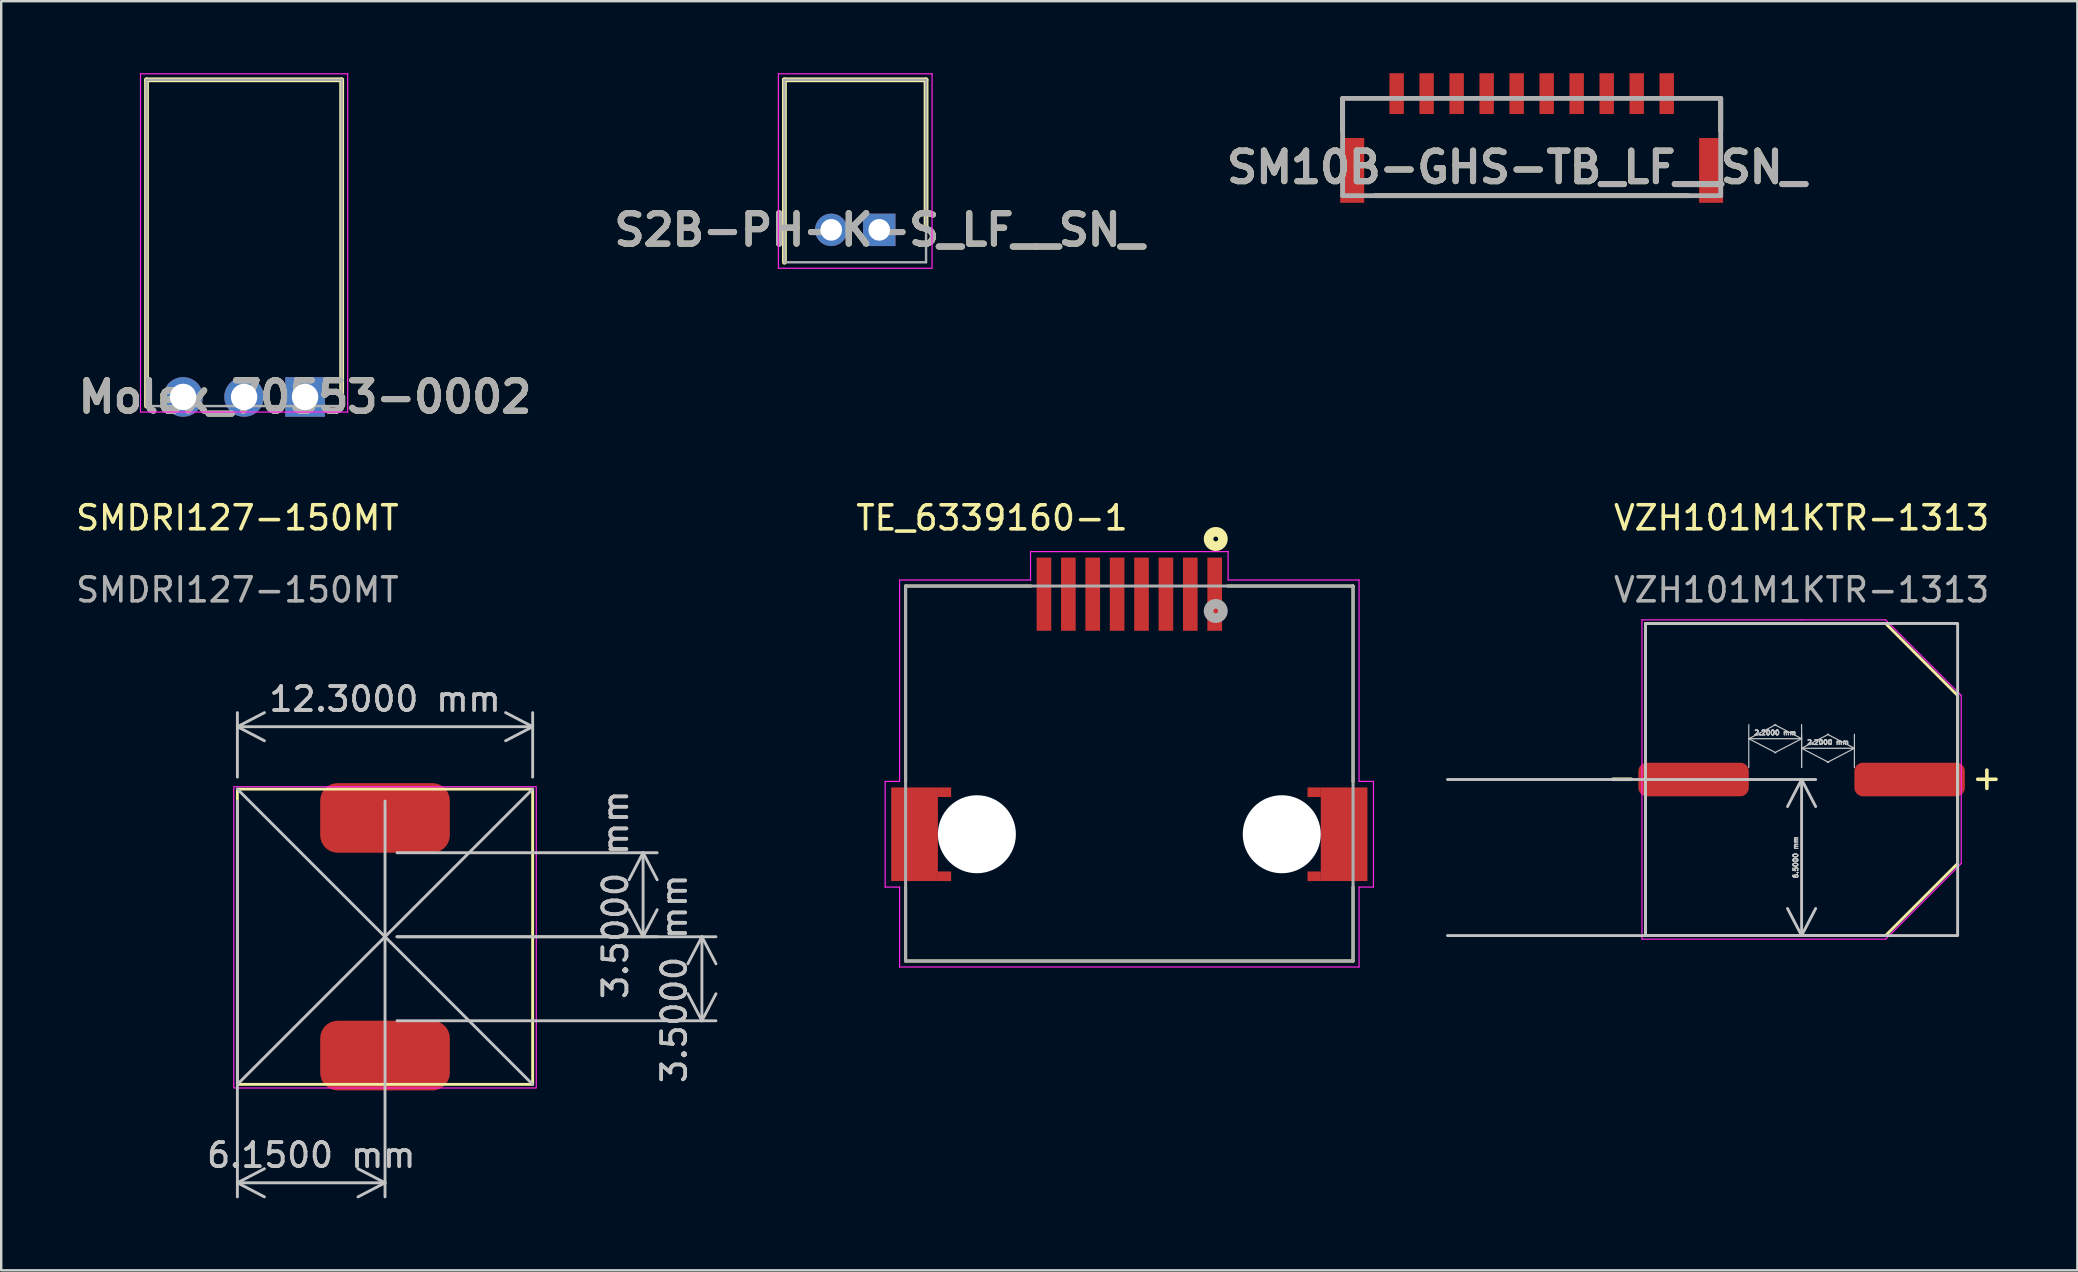
<source format=kicad_pcb>
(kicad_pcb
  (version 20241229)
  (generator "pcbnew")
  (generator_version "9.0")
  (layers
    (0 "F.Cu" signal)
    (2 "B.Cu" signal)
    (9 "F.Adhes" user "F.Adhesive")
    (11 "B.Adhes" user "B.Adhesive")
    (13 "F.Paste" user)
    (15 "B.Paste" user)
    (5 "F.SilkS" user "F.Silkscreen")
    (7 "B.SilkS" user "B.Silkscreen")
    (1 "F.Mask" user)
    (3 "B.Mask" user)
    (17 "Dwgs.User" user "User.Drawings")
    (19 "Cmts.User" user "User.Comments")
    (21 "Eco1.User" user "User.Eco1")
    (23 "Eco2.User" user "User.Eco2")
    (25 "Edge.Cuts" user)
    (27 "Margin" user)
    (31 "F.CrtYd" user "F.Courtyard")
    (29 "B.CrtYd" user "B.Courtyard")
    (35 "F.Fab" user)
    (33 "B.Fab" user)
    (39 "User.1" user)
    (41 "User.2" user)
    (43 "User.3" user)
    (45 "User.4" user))
  (footprint "TE_6339160-1"
    (layer "F.Cu")
    (at 43.994 21.702)
    (property "Reference" "TE_6339160-1" (at -5.722 -3.179 0) (layer "F.SilkS") (effects (font (size 1.001 1.001) (thickness 0.15))))
    (attr smd)
    (fp_line (start -9.32 -0.34) (end -4.1 -0.34) (stroke (width 0.127) (type solid)) (layer "F.SilkS"))
    (fp_line (start -9.32 7.8) (end -9.32 -0.34) (stroke (width 0.127) (type solid)) (layer "F.SilkS"))
    (fp_line (start -9.32 15.28) (end -9.32 12.2) (stroke (width 0.127) (type solid)) (layer "F.SilkS"))
    (fp_line (start 4.1 -0.34) (end 9.32 -0.34) (stroke (width 0.127) (type solid)) (layer "F.SilkS"))
    (fp_line (start 9.32 -0.34) (end 9.32 7.8) (stroke (width 0.127) (type solid)) (layer "F.SilkS"))
    (fp_line (start 9.32 12.2) (end 9.32 15.28) (stroke (width 0.127) (type solid)) (layer "F.SilkS"))
    (fp_line (start 9.32 15.28) (end -9.32 15.28) (stroke (width 0.127) (type solid)) (layer "F.SilkS"))
    (fp_circle (center 3.6 -2.3) (end 3.7 -2.3) (stroke (width 0.4) (type solid)) (fill no) (layer "F.SilkS"))
    (fp_line (start -10.17 7.8) (end -9.57 7.8) (stroke (width 0.05) (type solid)) (layer "F.CrtYd"))
    (fp_line (start -10.17 12.2) (end -10.17 7.8) (stroke (width 0.05) (type solid)) (layer "F.CrtYd"))
    (fp_line (start -9.57 -0.59) (end -4.115 -0.59) (stroke (width 0.05) (type solid)) (layer "F.CrtYd"))
    (fp_line (start -9.57 7.8) (end -9.57 -0.59) (stroke (width 0.05) (type solid)) (layer "F.CrtYd"))
    (fp_line (start -9.57 12.2) (end -10.17 12.2) (stroke (width 0.05) (type solid)) (layer "F.CrtYd"))
    (fp_line (start -9.57 15.53) (end -9.57 12.2) (stroke (width 0.05) (type solid)) (layer "F.CrtYd"))
    (fp_line (start -4.115 -1.775) (end 4.115 -1.775) (stroke (width 0.05) (type solid)) (layer "F.CrtYd"))
    (fp_line (start -4.115 -0.59) (end -4.115 -1.775) (stroke (width 0.05) (type solid)) (layer "F.CrtYd"))
    (fp_line (start 4.115 -1.775) (end 4.115 -0.59) (stroke (width 0.05) (type solid)) (layer "F.CrtYd"))
    (fp_line (start 4.115 -0.59) (end 9.57 -0.59) (stroke (width 0.05) (type solid)) (layer "F.CrtYd"))
    (fp_line (start 9.57 -0.59) (end 9.57 7.8) (stroke (width 0.05) (type solid)) (layer "F.CrtYd"))
    (fp_line (start 9.57 7.8) (end 10.17 7.8) (stroke (width 0.05) (type solid)) (layer "F.CrtYd"))
    (fp_line (start 9.57 12.2) (end 9.57 15.53) (stroke (width 0.05) (type solid)) (layer "F.CrtYd"))
    (fp_line (start 9.57 15.53) (end -9.57 15.53) (stroke (width 0.05) (type solid)) (layer "F.CrtYd"))
    (fp_line (start 10.17 7.8) (end 10.17 12.2) (stroke (width 0.05) (type solid)) (layer "F.CrtYd"))
    (fp_line (start 10.17 12.2) (end 9.57 12.2) (stroke (width 0.05) (type solid)) (layer "F.CrtYd"))
    (fp_line (start -9.32 -0.34) (end 9.32 -0.34) (stroke (width 0.127) (type solid)) (layer "F.Fab"))
    (fp_line (start -9.32 15.28) (end -9.32 -0.34) (stroke (width 0.127) (type solid)) (layer "F.Fab"))
    (fp_line (start 9.32 -0.34) (end 9.32 15.28) (stroke (width 0.127) (type solid)) (layer "F.Fab"))
    (fp_line (start 9.32 15.28) (end -9.32 15.28) (stroke (width 0.127) (type solid)) (layer "F.Fab"))
    (fp_circle (center 3.6 0.7) (end 3.7 0.7) (stroke (width 0.4) (type solid)) (fill no) (layer "F.Fab"))
    (pad "" np_thru_hole circle (at -6.35 10) (size 3.25 3.25) (drill 3.25) (layers "*.Cu" "*.Mask"))
    (pad "" np_thru_hole circle (at 6.35 10) (size 3.25 3.25) (drill 3.25) (layers "*.Cu" "*.Mask"))
    (pad "1" smd rect (at 3.556 0 90) (size 3.05 0.61) (layers "F.Cu" "F.Mask" "F.Paste"))
    (pad "2" smd rect (at 2.54 0 90) (size 3.05 0.61) (layers "F.Cu" "F.Mask" "F.Paste"))
    (pad "3" smd rect (at 1.524 0 90) (size 3.05 0.61) (layers "F.Cu" "F.Mask" "F.Paste"))
    (pad "4" smd rect (at 0.508 0 90) (size 3.05 0.61) (layers "F.Cu" "F.Mask" "F.Paste"))
    (pad "5" smd rect (at -0.508 0 90) (size 3.05 0.61) (layers "F.Cu" "F.Mask" "F.Paste"))
    (pad "6" smd rect (at -1.524 0 90) (size 3.05 0.61) (layers "F.Cu" "F.Mask" "F.Paste"))
    (pad "7" smd rect (at -2.54 0 90) (size 3.05 0.61) (layers "F.Cu" "F.Mask" "F.Paste"))
    (pad "8" smd rect (at -3.556 0 90) (size 3.05 0.61) (layers "F.Cu" "F.Mask" "F.Paste"))
    (pad "SH1" smd rect (at -8.947 10 90) (size 3.9 1.945) (layers "F.Cu" "F.Mask" "F.Paste"))
    (pad "SH1_1" smd rect (at -7.7 8.25) (size 0.555 0.4) (layers "F.Cu" "F.Mask" "F.Paste"))
    (pad "SH1_2" smd rect (at -7.7 11.75) (size 0.555 0.4) (layers "F.Cu" "F.Mask" "F.Paste"))
    (pad "SH2" smd rect (at 8.947 10 90) (size 3.9 1.945) (layers "F.Cu" "F.Mask" "F.Paste"))
    (pad "SH2_1" smd rect (at 7.7 8.25) (size 0.555 0.4) (layers "F.Cu" "F.Mask" "F.Paste"))
    (pad "SH2_2" smd rect (at 7.7 11.75) (size 0.555 0.4) (layers "F.Cu" "F.Mask" "F.Paste")))
  (footprint "Molex_70553-0002"
    (layer "F.Cu")
    (at 9.658 13.485)
    (property "Reference" "Molex_70553-0002" (at 0 0 0) (layer "F.SilkS") (effects (font (size 1.27 1.27) (thickness 0.254))))
    (attr through_hole)
    (fp_line (start -6.605 -13.21) (end -6.605 0.38) (stroke (width 0.2) (type solid)) (layer "F.SilkS"))
    (fp_line (start 1.525 -13.21) (end -6.605 -13.21) (stroke (width 0.2) (type solid)) (layer "F.SilkS"))
    (fp_line (start 1.525 0) (end 1.525 -13.21) (stroke (width 0.2) (type solid)) (layer "F.SilkS"))
    (fp_line (start -6.855 -13.46) (end 1.775 -13.46) (stroke (width 0.05) (type solid)) (layer "F.CrtYd"))
    (fp_line (start -6.855 0.63) (end -6.855 -13.46) (stroke (width 0.05) (type solid)) (layer "F.CrtYd"))
    (fp_line (start 1.775 -13.46) (end 1.775 0.63) (stroke (width 0.05) (type solid)) (layer "F.CrtYd"))
    (fp_line (start 1.775 0.63) (end -6.855 0.63) (stroke (width 0.05) (type solid)) (layer "F.CrtYd"))
    (fp_line (start -6.605 -13.21) (end 1.525 -13.21) (stroke (width 0.1) (type solid)) (layer "F.Fab"))
    (fp_line (start -6.605 0.38) (end -6.605 -13.21) (stroke (width 0.1) (type solid)) (layer "F.Fab"))
    (fp_line (start 1.525 -13.21) (end 1.525 0.38) (stroke (width 0.1) (type solid)) (layer "F.Fab"))
    (fp_line (start 1.525 0.38) (end -6.605 0.38) (stroke (width 0.1) (type solid)) (layer "F.Fab"))
    (fp_text user "${REFERENCE}" (at 0 0 0) (layer "F.Fab") (effects (font (size 1.27 1.27) (thickness 0.254))))
    (pad "1" thru_hole rect (at 0 0) (size 1.65 1.65) (drill 1.1) (layers "*.Cu" "*.Mask"))
    (pad "2" thru_hole circle (at -2.54 0) (size 1.65 1.65) (drill 1.1) (layers "*.Cu" "*.Mask"))
    (pad "3" thru_hole circle (at -5.08 0) (size 1.65 1.65) (drill 1.1) (layers "*.Cu" "*.Mask")))
  (footprint "VZH101M1KTR-1313"
    (layer "F.Cu")
    (at 71.999 29.422)
    (property "Reference" "VZH101M1KTR-1313" (at 0 -10.9 0) (unlocked yes) (layer "F.SilkS") (effects (font (size 1 1) (thickness 0.15))))
    (attr smd)
    (fp_line (start -6.5 -6.5) (end -6.5 6.5) (stroke (width 0.12) (type default)) (layer "F.SilkS"))
    (fp_line (start -6.5 -6.5) (end 3.5 -6.5) (stroke (width 0.12) (type default)) (layer "F.SilkS"))
    (fp_line (start -6.5 6.5) (end 3.5 6.5) (stroke (width 0.12) (type default)) (layer "F.SilkS"))
    (fp_line (start 3.5 -6.5) (end 6.5 -3.5) (stroke (width 0.12) (type default)) (layer "F.SilkS"))
    (fp_line (start 3.5 6.5) (end 6.5 3.5) (stroke (width 0.12) (type default)) (layer "F.SilkS"))
    (fp_line (start 6.5 3.5) (end 6.5 -3.5) (stroke (width 0.12) (type default)) (layer "F.SilkS"))
    (fp_rect (start 6.5 6.5) (end -6.5 -6.5) (stroke (width 0.12) (type default)) (fill no) (layer "Dwgs.User"))
    (fp_line (start -6.65 -6.65) (end -6.65 6.65) (stroke (width 0.05) (type default)) (layer "F.CrtYd"))
    (fp_line (start -6.65 6.65) (end 3.5 6.65) (stroke (width 0.05) (type default)) (layer "F.CrtYd"))
    (fp_line (start 0 -6.65) (end -6.65 -6.65) (stroke (width 0.05) (type default)) (layer "F.CrtYd"))
    (fp_line (start 3.5 -6.65) (end 0 -6.65) (stroke (width 0.05) (type default)) (layer "F.CrtYd"))
    (fp_line (start 3.5 6.65) (end 6.65 3.5) (stroke (width 0.05) (type default)) (layer "F.CrtYd"))
    (fp_line (start 6.65 -3.5) (end 3.5 -6.65) (stroke (width 0.05) (type default)) (layer "F.CrtYd"))
    (fp_line (start 6.65 3.5) (end 6.65 -3.5) (stroke (width 0.05) (type default)) (layer "F.CrtYd"))
    (fp_text user "+" (at 7 0.5 0) (unlocked yes) (layer "F.SilkS") (effects (font (size 1 1) (thickness 0.15)) (justify left bottom)))
    (fp_text user "-" (at -8.2 0.5 0) (unlocked yes) (layer "F.SilkS") (effects (font (size 1 1) (thickness 0.15)) (justify left bottom)))
    (fp_text user "${REFERENCE}" (at 0 -7.9 0) (unlocked yes) (layer "F.Fab") (effects (font (size 1 1) (thickness 0.15))))
    (dimension (type aligned) (layer "Dwgs.User") (pts (xy 71.999 29.422) (xy 69.799 29.422)) (height 1.7) (format (prefix "") (suffix "") (units 3) (units_format 1) (precision 4)) (style (thickness 0.05) (arrow_length 1.27) (text_position_mode 0) (arrow_direction outward) (extension_height 0.586) (extension_offset 0.5) (keep_text_aligned yes)) (gr_text "2.2000 mm" (at 70.899 27.472 0) (layer "Dwgs.User") (effects (font (size 0.2 0.2) (thickness 0.05) (bold yes)))))
    (dimension (type aligned) (layer "Dwgs.User") (pts (xy 56.749 29.422) (xy 56.749 35.922)) (height -15.25) (format (prefix "") (suffix "") (units 3) (units_format 1) (precision 4)) (style (thickness 0.12) (arrow_length 1.27) (text_position_mode 0) (arrow_direction outward) (extension_height 0.586) (extension_offset 0.5) (keep_text_aligned yes)) (gr_text "6.5000 mm" (at 71.749 32.672 90) (layer "Dwgs.User") (effects (font (size 0.2 0.2) (thickness 0.15)))))
    (dimension (type aligned) (layer "Dwgs.User") (pts (xy 71.999 29.422) (xy 74.199 29.422)) (height -1.3) (format (prefix "") (suffix "") (units 3) (units_format 1) (precision 4)) (style (thickness 0.05) (arrow_length 1.27) (text_position_mode 0) (arrow_direction outward) (extension_height 0.586) (extension_offset 0.5) (keep_text_aligned yes)) (gr_text "2.2000 mm" (at 73.099 27.872 0) (layer "Dwgs.User") (effects (font (size 0.2 0.2) (thickness 0.05) (bold yes)))))
    (pad "1" smd roundrect (at 4.5 0) (size 4.6 1.4) (layers "F.Cu" "F.Mask" "F.Paste") (roundrect_rratio 0.25))
    (pad "2" smd roundrect (at -4.5 0) (size 4.6 1.4) (layers "F.Cu" "F.Mask" "F.Paste") (roundrect_rratio 0.25)))
  (footprint "S2B-PH-K-S_LF__SN_"
    (layer "F.Cu")
    (at 33.577 6.525)
    (property "Reference" "S2B-PH-K-S_LF__SN_" (at 0 0 0) (layer "F.SilkS") (effects (font (size 1.27 1.27) (thickness 0.254))))
    (attr through_hole)
    (fp_line (start -3.95 -6.25) (end -3.95 1.35) (stroke (width 0.2) (type solid)) (layer "F.SilkS"))
    (fp_line (start 1.95 -6.25) (end -3.95 -6.25) (stroke (width 0.2) (type solid)) (layer "F.SilkS"))
    (fp_line (start 1.95 0) (end 1.95 -6.25) (stroke (width 0.2) (type solid)) (layer "F.SilkS"))
    (fp_line (start -4.2 -6.5) (end 2.2 -6.5) (stroke (width 0.05) (type solid)) (layer "F.CrtYd"))
    (fp_line (start -4.2 1.6) (end -4.2 -6.5) (stroke (width 0.05) (type solid)) (layer "F.CrtYd"))
    (fp_line (start 2.2 -6.5) (end 2.2 1.6) (stroke (width 0.05) (type solid)) (layer "F.CrtYd"))
    (fp_line (start 2.2 1.6) (end -4.2 1.6) (stroke (width 0.05) (type solid)) (layer "F.CrtYd"))
    (fp_line (start -3.95 -6.25) (end 1.95 -6.25) (stroke (width 0.1) (type solid)) (layer "F.Fab"))
    (fp_line (start -3.95 1.35) (end -3.95 -6.25) (stroke (width 0.1) (type solid)) (layer "F.Fab"))
    (fp_line (start 1.95 -6.25) (end 1.95 1.35) (stroke (width 0.1) (type solid)) (layer "F.Fab"))
    (fp_line (start 1.95 1.35) (end -3.95 1.35) (stroke (width 0.1) (type solid)) (layer "F.Fab"))
    (fp_text user "${REFERENCE}" (at 0 0 0) (layer "F.Fab") (effects (font (size 1.27 1.27) (thickness 0.254))))
    (pad "1" thru_hole rect (at 0 0) (size 1.35 1.35) (drill 0.9) (layers "*.Cu" "*.Mask"))
    (pad "2" thru_hole circle (at -2 0) (size 1.35 1.35) (drill 0.9) (layers "*.Cu" "*.Mask")))
  (footprint "SMDRI127-150MT"
    (layer "F.Cu")
    (at 6.839 29.822)
    (property "Reference" "SMDRI127-150MT" (at 0 -11.3 0) (unlocked yes) (layer "F.SilkS") (effects (font (size 1 1) (thickness 0.15))))
    (attr smd)
    (fp_rect (start 0 0) (end 12.3 12.3) (stroke (width 0.12) (type default)) (fill no) (layer "F.SilkS"))
    (fp_line (start 0 0) (end 12.3 12.3) (stroke (width 0.12) (type default)) (layer "Dwgs.User"))
    (fp_line (start 0 12.3) (end 12.3 0) (stroke (width 0.12) (type default)) (layer "Dwgs.User"))
    (fp_rect (start -0.15 -0.1) (end 12.45 12.45) (stroke (width 0.05) (type default)) (fill no) (layer "F.CrtYd"))
    (fp_text user "${REFERENCE}" (at 0 -8.3 0) (unlocked yes) (layer "F.Fab") (effects (font (size 1 1) (thickness 0.15))))
    (dimension (type aligned) (layer "Dwgs.User") (pts (xy 12.989 35.972) (xy 12.989 39.472)) (height -13.2) (format (prefix "") (suffix "") (units 3) (units_format 1) (precision 4)) (style (thickness 0.12) (arrow_length 1.27) (text_position_mode 0) (arrow_direction outward) (extension_height 0.586) (extension_offset 0.5) (keep_text_aligned yes)) (gr_text "3.5000 mm" (at 25.039 37.722 90) (layer "Dwgs.User") (effects (font (size 1 1) (thickness 0.15)))))
    (dimension (type aligned) (layer "Dwgs.User") (pts (xy 6.839 29.822) (xy 12.989 29.822)) (height 16.4) (format (prefix "") (suffix "") (units 3) (units_format 1) (precision 4)) (style (thickness 0.12) (arrow_length 1.27) (text_position_mode 0) (arrow_direction outward) (extension_height 0.586) (extension_offset 0.5) (keep_text_aligned yes)) (gr_text "6.1500 mm" (at 9.914 45.072 0) (layer "Dwgs.User") (effects (font (size 1 1) (thickness 0.15)))))
    (dimension (type aligned) (layer "Dwgs.User") (pts (xy 12.989 35.972) (xy 12.989 32.472)) (height 10.75) (format (prefix "") (suffix "") (units 3) (units_format 1) (precision 4)) (style (thickness 0.12) (arrow_length 1.27) (text_position_mode 0) (arrow_direction outward) (extension_height 0.586) (extension_offset 0.5) (keep_text_aligned yes)) (gr_text "3.5000 mm" (at 22.589 34.222 90) (layer "Dwgs.User") (effects (font (size 1 1) (thickness 0.15)))))
    (dimension (type aligned) (layer "Dwgs.User") (pts (xy 6.839 29.822) (xy 19.139 29.822)) (height -2.6) (format (prefix "") (suffix "") (units 3) (units_format 1) (precision 4)) (style (thickness 0.12) (arrow_length 1.27) (text_position_mode 0) (arrow_direction outward) (extension_height 0.586) (extension_offset 0.5) (keep_text_aligned yes)) (gr_text "12.3000 mm" (at 12.989 26.072 0) (layer "Dwgs.User") (effects (font (size 1 1) (thickness 0.15)))))
    (pad "1" smd roundrect (at 6.15 1.2) (size 5.4 2.9) (layers "F.Cu" "F.Mask" "F.Paste") (roundrect_rratio 0.25))
    (pad "2" smd roundrect (at 6.15 11.1) (size 5.4 2.9) (layers "F.Cu" "F.Mask" "F.Paste") (roundrect_rratio 0.25)))
  (footprint "SM10B-GHS-TB_LF__SN_"
    (layer "F.Cu")
    (at 60.755 1.05)
    (property "Reference" "SM10B-GHS-TB_LF__SN_" (at -0.629 2.871 0) (layer "F.SilkS") (effects (font (size 1.27 1.27) (thickness 0.254))))
    (attr smd)
    (fp_line (start -7.875 0) (end -7.875 1.36) (stroke (width 0.2) (type solid)) (layer "F.SilkS"))
    (fp_line (start -6.507 4.05) (end 6.507 4.05) (stroke (width 0.2) (type solid)) (layer "F.SilkS"))
    (fp_line (start 7.875 0) (end 7.875 1.36) (stroke (width 0.2) (type solid)) (layer "F.SilkS"))
    (fp_line (start -7.875 0) (end 7.875 0) (stroke (width 0.2) (type solid)) (layer "F.Fab"))
    (fp_line (start -7.875 4.05) (end -7.875 0) (stroke (width 0.2) (type solid)) (layer "F.Fab"))
    (fp_line (start 7.875 0) (end 7.875 4.05) (stroke (width 0.2) (type solid)) (layer "F.Fab"))
    (fp_line (start 7.875 4.05) (end -7.875 4.05) (stroke (width 0.2) (type solid)) (layer "F.Fab"))
    (fp_text user "${REFERENCE}" (at -0.629 2.871 0) (layer "F.Fab") (effects (font (size 1.27 1.27) (thickness 0.254))))
    (pad "1" smd rect (at -5.625 -0.2) (size 0.6 1.7) (layers "F.Cu" "F.Mask" "F.Paste"))
    (pad "2" smd rect (at -4.375 -0.2) (size 0.6 1.7) (layers "F.Cu" "F.Mask" "F.Paste"))
    (pad "3" smd rect (at -3.125 -0.2) (size 0.6 1.7) (layers "F.Cu" "F.Mask" "F.Paste"))
    (pad "4" smd rect (at -1.875 -0.2) (size 0.6 1.7) (layers "F.Cu" "F.Mask" "F.Paste"))
    (pad "5" smd rect (at -0.625 -0.2) (size 0.6 1.7) (layers "F.Cu" "F.Mask" "F.Paste"))
    (pad "6" smd rect (at 0.625 -0.2) (size 0.6 1.7) (layers "F.Cu" "F.Mask" "F.Paste"))
    (pad "7" smd rect (at 1.875 -0.2) (size 0.6 1.7) (layers "F.Cu" "F.Mask" "F.Paste"))
    (pad "8" smd rect (at 3.125 -0.2) (size 0.6 1.7) (layers "F.Cu" "F.Mask" "F.Paste"))
    (pad "9" smd rect (at 4.375 -0.2) (size 0.6 1.7) (layers "F.Cu" "F.Mask" "F.Paste"))
    (pad "10" smd rect (at 5.625 -0.2) (size 0.6 1.7) (layers "F.Cu" "F.Mask" "F.Paste"))
    (pad "11" smd rect (at -7.475 3) (size 1 2.7) (layers "F.Cu" "F.Mask" "F.Paste"))
    (pad "12" smd rect (at 7.475 3) (size 1 2.7) (layers "F.Cu" "F.Mask" "F.Paste")))
  (gr_rect
    (start -3 -3)
    (end 83.487 49.868)
    (stroke (width 0.1) (type default))
    (fill no)
    (layer "Edge.Cuts")))
</source>
